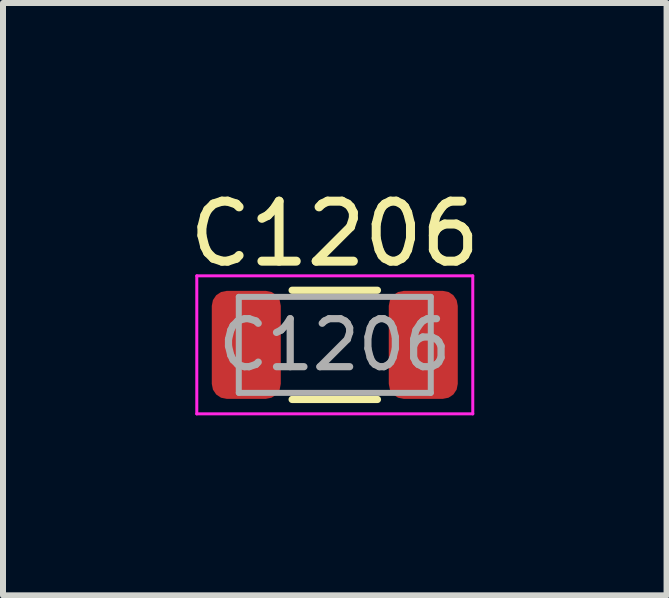
<source format=kicad_pcb>
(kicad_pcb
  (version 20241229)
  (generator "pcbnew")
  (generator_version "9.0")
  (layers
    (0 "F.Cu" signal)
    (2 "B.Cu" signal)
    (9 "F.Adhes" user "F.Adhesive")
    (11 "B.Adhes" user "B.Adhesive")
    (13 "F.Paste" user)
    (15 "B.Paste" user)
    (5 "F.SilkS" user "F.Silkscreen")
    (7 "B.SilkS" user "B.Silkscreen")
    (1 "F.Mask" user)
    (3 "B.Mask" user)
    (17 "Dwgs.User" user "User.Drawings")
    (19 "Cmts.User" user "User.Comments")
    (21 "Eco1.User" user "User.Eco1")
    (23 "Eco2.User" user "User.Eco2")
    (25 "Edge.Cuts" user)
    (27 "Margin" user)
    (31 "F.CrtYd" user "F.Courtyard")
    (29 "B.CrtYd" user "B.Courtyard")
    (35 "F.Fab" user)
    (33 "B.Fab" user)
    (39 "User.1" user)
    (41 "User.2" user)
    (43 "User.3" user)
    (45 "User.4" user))
  (footprint "C1206"
    (layer "F.Cu")
    (at 2.53 2.698)
    (property "Reference" "C1206" (at 0 -1.85 0) (layer "F.SilkS") (effects (font (size 1 1) (thickness 0.15))))
    (attr smd)
    (fp_line (start -0.711 -0.91) (end 0.711 -0.91) (stroke (width 0.12) (type solid)) (layer "F.SilkS"))
    (fp_line (start -0.711 0.91) (end 0.711 0.91) (stroke (width 0.12) (type solid)) (layer "F.SilkS"))
    (fp_line (start -2.3 -1.15) (end 2.3 -1.15) (stroke (width 0.05) (type solid)) (layer "F.CrtYd"))
    (fp_line (start -2.3 1.15) (end -2.3 -1.15) (stroke (width 0.05) (type solid)) (layer "F.CrtYd"))
    (fp_line (start 2.3 -1.15) (end 2.3 1.15) (stroke (width 0.05) (type solid)) (layer "F.CrtYd"))
    (fp_line (start 2.3 1.15) (end -2.3 1.15) (stroke (width 0.05) (type solid)) (layer "F.CrtYd"))
    (fp_line (start -1.6 -0.8) (end 1.6 -0.8) (stroke (width 0.1) (type solid)) (layer "F.Fab"))
    (fp_line (start -1.6 0.8) (end -1.6 -0.8) (stroke (width 0.1) (type solid)) (layer "F.Fab"))
    (fp_line (start 1.6 -0.8) (end 1.6 0.8) (stroke (width 0.1) (type solid)) (layer "F.Fab"))
    (fp_line (start 1.6 0.8) (end -1.6 0.8) (stroke (width 0.1) (type solid)) (layer "F.Fab"))
    (fp_text user "${REFERENCE}" (at 0 0 0) (layer "F.Fab") (effects (font (size 0.8 0.8) (thickness 0.12))))
    (pad "1" smd roundrect (at -1.475 0) (size 1.15 1.8) (layers "F.Cu" "F.Mask" "F.Paste") (roundrect_rratio 0.217))
    (pad "2" smd roundrect (at 1.475 0) (size 1.15 1.8) (layers "F.Cu" "F.Mask" "F.Paste") (roundrect_rratio 0.217)))
  (gr_rect
    (start -3 -3)
    (end 8.06 6.873)
    (stroke (width 0.1) (type default))
    (fill no)
    (layer "Edge.Cuts")))
</source>
